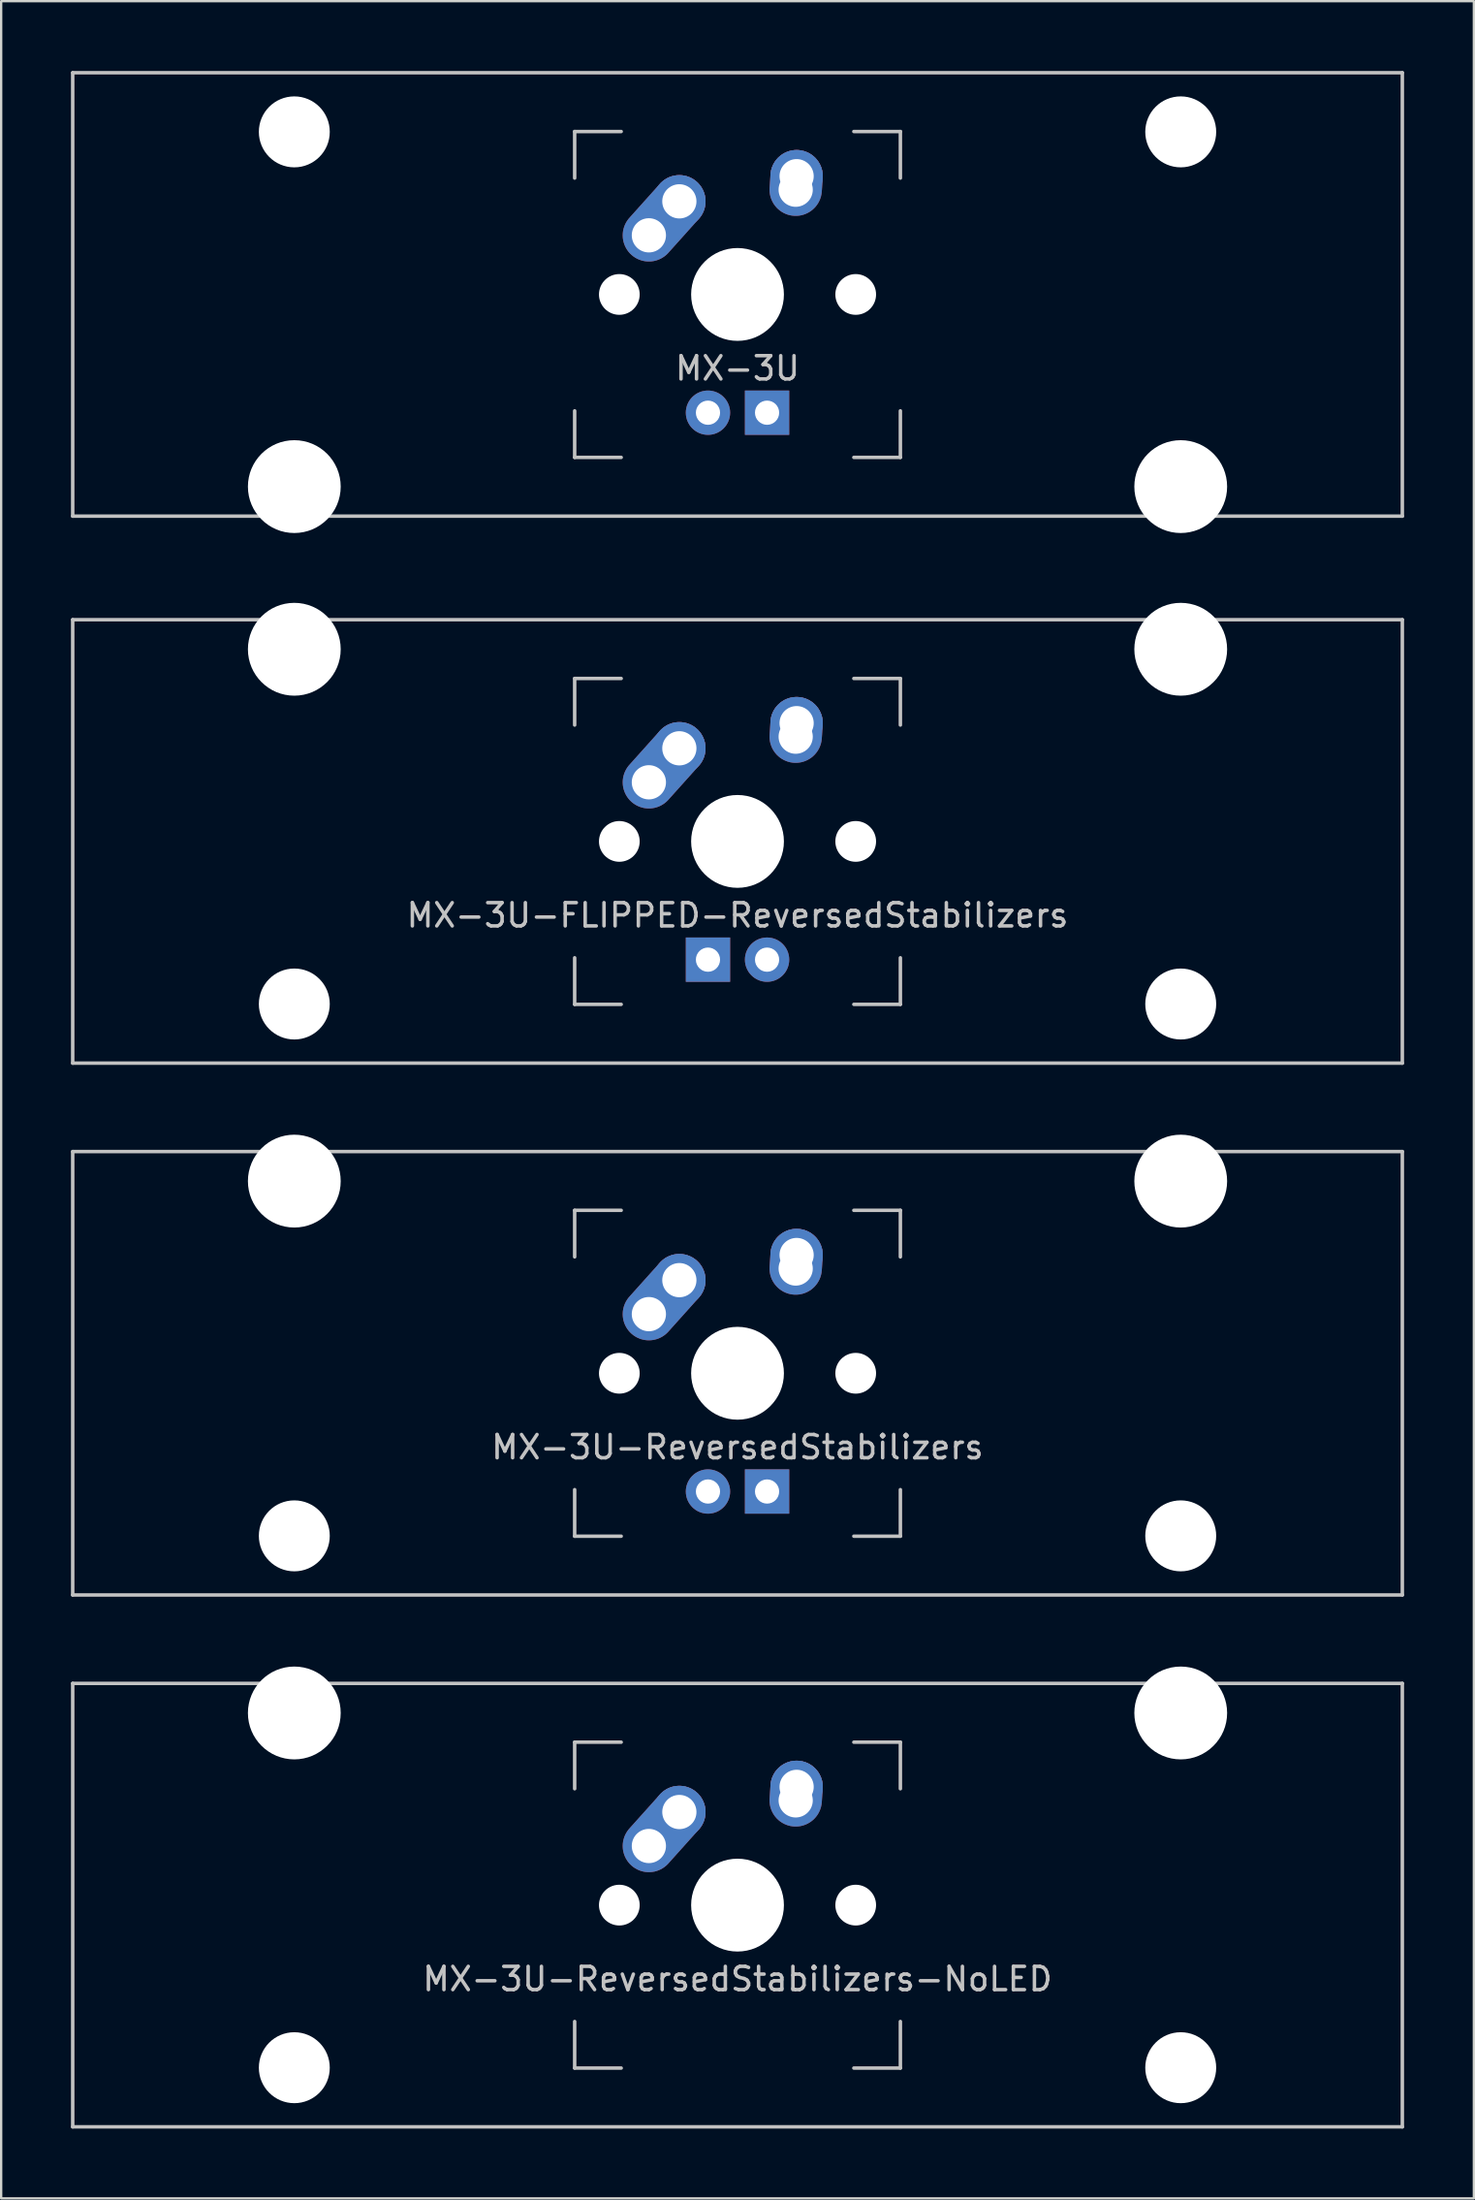
<source format=kicad_pcb>
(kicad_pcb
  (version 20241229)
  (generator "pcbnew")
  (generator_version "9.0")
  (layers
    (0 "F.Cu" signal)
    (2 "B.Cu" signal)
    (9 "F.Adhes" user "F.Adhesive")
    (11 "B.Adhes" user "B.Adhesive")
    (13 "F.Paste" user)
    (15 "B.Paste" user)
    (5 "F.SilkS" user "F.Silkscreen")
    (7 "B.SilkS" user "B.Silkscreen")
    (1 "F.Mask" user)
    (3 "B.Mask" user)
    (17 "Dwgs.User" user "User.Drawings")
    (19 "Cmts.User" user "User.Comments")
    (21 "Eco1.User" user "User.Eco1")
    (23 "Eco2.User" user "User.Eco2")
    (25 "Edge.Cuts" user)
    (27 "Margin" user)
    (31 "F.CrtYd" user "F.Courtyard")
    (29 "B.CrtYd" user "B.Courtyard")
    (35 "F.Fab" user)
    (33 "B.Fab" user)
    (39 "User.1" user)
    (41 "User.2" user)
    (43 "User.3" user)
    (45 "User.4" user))
  (footprint "MX-3U-ReversedStabilizers-NoLED"
    (layer "F.Cu")
    (at 28.65 78.796)
    (property "Reference" "MX-3U-ReversedStabilizers-NoLED" (at 0 3.175 0) (layer "Dwgs.User") (effects (font (size 1 1) (thickness 0.15))))
    (attr through_hole)
    (fp_line (start -28.575 -9.525) (end 28.575 -9.525) (stroke (width 0.15) (type solid)) (layer "Dwgs.User"))
    (fp_line (start -28.575 9.525) (end -28.575 -9.525) (stroke (width 0.15) (type solid)) (layer "Dwgs.User"))
    (fp_line (start -28.575 9.525) (end 28.575 9.525) (stroke (width 0.15) (type solid)) (layer "Dwgs.User"))
    (fp_line (start -7 -7) (end -7 -5) (stroke (width 0.15) (type solid)) (layer "Dwgs.User"))
    (fp_line (start -7 5) (end -7 7) (stroke (width 0.15) (type solid)) (layer "Dwgs.User"))
    (fp_line (start -7 7) (end -5 7) (stroke (width 0.15) (type solid)) (layer "Dwgs.User"))
    (fp_line (start -5 -7) (end -7 -7) (stroke (width 0.15) (type solid)) (layer "Dwgs.User"))
    (fp_line (start 5 -7) (end 7 -7) (stroke (width 0.15) (type solid)) (layer "Dwgs.User"))
    (fp_line (start 5 7) (end 7 7) (stroke (width 0.15) (type solid)) (layer "Dwgs.User"))
    (fp_line (start 7 -7) (end 7 -5) (stroke (width 0.15) (type solid)) (layer "Dwgs.User"))
    (fp_line (start 7 7) (end 7 5) (stroke (width 0.15) (type solid)) (layer "Dwgs.User"))
    (fp_line (start 28.575 -9.525) (end 28.575 9.525) (stroke (width 0.15) (type solid)) (layer "Dwgs.User"))
    (pad "" np_thru_hole circle (at -19.05 -8.255) (size 3.988 3.988) (drill 3.988) (layers "*.Cu" "*.Mask"))
    (pad "" np_thru_hole circle (at -19.05 6.985) (size 3.048 3.048) (drill 3.048) (layers "*.Cu" "*.Mask"))
    (pad "" np_thru_hole circle (at -5.08 0 48.1) (size 1.75 1.75) (drill 1.75) (layers "*.Cu" "*.Mask"))
    (pad "" np_thru_hole circle (at 0 0) (size 3.988 3.988) (drill 3.988) (layers "*.Cu" "*.Mask"))
    (pad "" np_thru_hole circle (at 5.08 0 48.1) (size 1.75 1.75) (drill 1.75) (layers "*.Cu" "*.Mask"))
    (pad "" np_thru_hole circle (at 19.05 -8.255) (size 3.988 3.988) (drill 3.988) (layers "*.Cu" "*.Mask"))
    (pad "" np_thru_hole circle (at 19.05 6.985) (size 3.048 3.048) (drill 3.048) (layers "*.Cu" "*.Mask"))
    (pad "1" thru_hole oval (at -3.81 -2.54 48.1) (size 4.212 2.25) (drill 1.47 (offset 0.981 0)) (layers "*.Cu" "*.Mask"))
    (pad "1" thru_hole circle (at -2.5 -4) (size 2.25 2.25) (drill 1.47) (layers "*.Cu" "*.Mask"))
    (pad "2" thru_hole oval (at 2.5 -4.5 86.055) (size 2.831 2.25) (drill 1.47 (offset 0.291 0)) (layers "*.Cu" "*.Mask"))
    (pad "2" thru_hole circle (at 2.54 -5.08) (size 2.25 2.25) (drill 1.47) (layers "*.Cu" "*.Mask")))
  (footprint "MX-3U"
    (layer "F.Cu")
    (at 28.65 9.6)
    (property "Reference" "MX-3U" (at 0 3.175 0) (layer "Dwgs.User") (effects (font (size 1 1) (thickness 0.15))))
    (attr through_hole)
    (fp_line (start -28.575 -9.525) (end 28.575 -9.525) (stroke (width 0.15) (type solid)) (layer "Dwgs.User"))
    (fp_line (start -28.575 9.525) (end -28.575 -9.525) (stroke (width 0.15) (type solid)) (layer "Dwgs.User"))
    (fp_line (start -28.575 9.525) (end 28.575 9.525) (stroke (width 0.15) (type solid)) (layer "Dwgs.User"))
    (fp_line (start -7 -7) (end -7 -5) (stroke (width 0.15) (type solid)) (layer "Dwgs.User"))
    (fp_line (start -7 5) (end -7 7) (stroke (width 0.15) (type solid)) (layer "Dwgs.User"))
    (fp_line (start -7 7) (end -5 7) (stroke (width 0.15) (type solid)) (layer "Dwgs.User"))
    (fp_line (start -5 -7) (end -7 -7) (stroke (width 0.15) (type solid)) (layer "Dwgs.User"))
    (fp_line (start 5 -7) (end 7 -7) (stroke (width 0.15) (type solid)) (layer "Dwgs.User"))
    (fp_line (start 5 7) (end 7 7) (stroke (width 0.15) (type solid)) (layer "Dwgs.User"))
    (fp_line (start 7 -7) (end 7 -5) (stroke (width 0.15) (type solid)) (layer "Dwgs.User"))
    (fp_line (start 7 7) (end 7 5) (stroke (width 0.15) (type solid)) (layer "Dwgs.User"))
    (fp_line (start 28.575 -9.525) (end 28.575 9.525) (stroke (width 0.15) (type solid)) (layer "Dwgs.User"))
    (pad "" np_thru_hole circle (at -19.05 -6.985) (size 3.048 3.048) (drill 3.048) (layers "*.Cu" "*.Mask"))
    (pad "" np_thru_hole circle (at -19.05 8.255) (size 3.988 3.988) (drill 3.988) (layers "*.Cu" "*.Mask"))
    (pad "" np_thru_hole circle (at -5.08 0 48.1) (size 1.75 1.75) (drill 1.75) (layers "*.Cu" "*.Mask"))
    (pad "" np_thru_hole circle (at 0 0) (size 3.988 3.988) (drill 3.988) (layers "*.Cu" "*.Mask"))
    (pad "" np_thru_hole circle (at 5.08 0 48.1) (size 1.75 1.75) (drill 1.75) (layers "*.Cu" "*.Mask"))
    (pad "" np_thru_hole circle (at 19.05 -6.985) (size 3.048 3.048) (drill 3.048) (layers "*.Cu" "*.Mask"))
    (pad "" np_thru_hole circle (at 19.05 8.255) (size 3.988 3.988) (drill 3.988) (layers "*.Cu" "*.Mask"))
    (pad "1" thru_hole oval (at -3.81 -2.54 48.1) (size 4.212 2.25) (drill 1.47 (offset 0.981 0)) (layers "*.Cu" "*.Mask"))
    (pad "1" thru_hole circle (at -2.5 -4) (size 2.25 2.25) (drill 1.47) (layers "*.Cu" "*.Mask"))
    (pad "2" thru_hole oval (at 2.5 -4.5 86.055) (size 2.831 2.25) (drill 1.47 (offset 0.291 0)) (layers "*.Cu" "*.Mask"))
    (pad "2" thru_hole circle (at 2.54 -5.08) (size 2.25 2.25) (drill 1.47) (layers "*.Cu" "*.Mask"))
    (pad "3" thru_hole circle (at -1.27 5.08) (size 1.905 1.905) (drill 1.04) (layers "*.Cu" "*.Mask"))
    (pad "4" thru_hole rect (at 1.27 5.08) (size 1.905 1.905) (drill 1.04) (layers "*.Cu" "*.Mask")))
  (footprint "MX-3U-FLIPPED-ReversedStabilizers"
    (layer "F.Cu")
    (at 28.65 33.098)
    (property "Reference" "MX-3U-FLIPPED-ReversedStabilizers" (at 0 3.175 0) (layer "Dwgs.User") (effects (font (size 1 1) (thickness 0.15))))
    (attr through_hole)
    (fp_line (start -28.575 -9.525) (end 28.575 -9.525) (stroke (width 0.15) (type solid)) (layer "Dwgs.User"))
    (fp_line (start -28.575 9.525) (end -28.575 -9.525) (stroke (width 0.15) (type solid)) (layer "Dwgs.User"))
    (fp_line (start -28.575 9.525) (end 28.575 9.525) (stroke (width 0.15) (type solid)) (layer "Dwgs.User"))
    (fp_line (start -7 -7) (end -7 -5) (stroke (width 0.15) (type solid)) (layer "Dwgs.User"))
    (fp_line (start -7 5) (end -7 7) (stroke (width 0.15) (type solid)) (layer "Dwgs.User"))
    (fp_line (start -7 7) (end -5 7) (stroke (width 0.15) (type solid)) (layer "Dwgs.User"))
    (fp_line (start -5 -7) (end -7 -7) (stroke (width 0.15) (type solid)) (layer "Dwgs.User"))
    (fp_line (start 5 -7) (end 7 -7) (stroke (width 0.15) (type solid)) (layer "Dwgs.User"))
    (fp_line (start 5 7) (end 7 7) (stroke (width 0.15) (type solid)) (layer "Dwgs.User"))
    (fp_line (start 7 -7) (end 7 -5) (stroke (width 0.15) (type solid)) (layer "Dwgs.User"))
    (fp_line (start 7 7) (end 7 5) (stroke (width 0.15) (type solid)) (layer "Dwgs.User"))
    (fp_line (start 28.575 -9.525) (end 28.575 9.525) (stroke (width 0.15) (type solid)) (layer "Dwgs.User"))
    (pad "" np_thru_hole circle (at -19.05 -8.255) (size 3.988 3.988) (drill 3.988) (layers "*.Cu" "*.Mask"))
    (pad "" np_thru_hole circle (at -19.05 6.985) (size 3.048 3.048) (drill 3.048) (layers "*.Cu" "*.Mask"))
    (pad "" np_thru_hole circle (at -5.08 0 48.1) (size 1.75 1.75) (drill 1.75) (layers "*.Cu" "*.Mask"))
    (pad "" np_thru_hole circle (at 0 0) (size 3.988 3.988) (drill 3.988) (layers "*.Cu" "*.Mask"))
    (pad "" np_thru_hole circle (at 5.08 0 48.1) (size 1.75 1.75) (drill 1.75) (layers "*.Cu" "*.Mask"))
    (pad "" np_thru_hole circle (at 19.05 -8.255) (size 3.988 3.988) (drill 3.988) (layers "*.Cu" "*.Mask"))
    (pad "" np_thru_hole circle (at 19.05 6.985) (size 3.048 3.048) (drill 3.048) (layers "*.Cu" "*.Mask"))
    (pad "1" thru_hole oval (at -3.81 -2.54 48.1) (size 4.212 2.25) (drill 1.47 (offset 0.981 0)) (layers "*.Cu" "*.Mask"))
    (pad "1" thru_hole circle (at -2.5 -4) (size 2.25 2.25) (drill 1.47) (layers "*.Cu" "*.Mask"))
    (pad "2" thru_hole oval (at 2.5 -4.5 86.055) (size 2.831 2.25) (drill 1.47 (offset 0.291 0)) (layers "*.Cu" "*.Mask"))
    (pad "2" thru_hole circle (at 2.54 -5.08) (size 2.25 2.25) (drill 1.47) (layers "*.Cu" "*.Mask"))
    (pad "3" thru_hole circle (at 1.27 5.08) (size 1.905 1.905) (drill 1.04) (layers "*.Cu" "*.Mask"))
    (pad "4" thru_hole rect (at -1.27 5.08) (size 1.905 1.905) (drill 1.04) (layers "*.Cu" "*.Mask")))
  (footprint "MX-3U-ReversedStabilizers"
    (layer "F.Cu")
    (at 28.65 55.947)
    (property "Reference" "MX-3U-ReversedStabilizers" (at 0 3.175 0) (layer "Dwgs.User") (effects (font (size 1 1) (thickness 0.15))))
    (attr through_hole)
    (fp_line (start -28.575 -9.525) (end 28.575 -9.525) (stroke (width 0.15) (type solid)) (layer "Dwgs.User"))
    (fp_line (start -28.575 9.525) (end -28.575 -9.525) (stroke (width 0.15) (type solid)) (layer "Dwgs.User"))
    (fp_line (start -28.575 9.525) (end 28.575 9.525) (stroke (width 0.15) (type solid)) (layer "Dwgs.User"))
    (fp_line (start -7 -7) (end -7 -5) (stroke (width 0.15) (type solid)) (layer "Dwgs.User"))
    (fp_line (start -7 5) (end -7 7) (stroke (width 0.15) (type solid)) (layer "Dwgs.User"))
    (fp_line (start -7 7) (end -5 7) (stroke (width 0.15) (type solid)) (layer "Dwgs.User"))
    (fp_line (start -5 -7) (end -7 -7) (stroke (width 0.15) (type solid)) (layer "Dwgs.User"))
    (fp_line (start 5 -7) (end 7 -7) (stroke (width 0.15) (type solid)) (layer "Dwgs.User"))
    (fp_line (start 5 7) (end 7 7) (stroke (width 0.15) (type solid)) (layer "Dwgs.User"))
    (fp_line (start 7 -7) (end 7 -5) (stroke (width 0.15) (type solid)) (layer "Dwgs.User"))
    (fp_line (start 7 7) (end 7 5) (stroke (width 0.15) (type solid)) (layer "Dwgs.User"))
    (fp_line (start 28.575 -9.525) (end 28.575 9.525) (stroke (width 0.15) (type solid)) (layer "Dwgs.User"))
    (pad "" np_thru_hole circle (at -19.05 -8.255) (size 3.988 3.988) (drill 3.988) (layers "*.Cu" "*.Mask"))
    (pad "" np_thru_hole circle (at -19.05 6.985) (size 3.048 3.048) (drill 3.048) (layers "*.Cu" "*.Mask"))
    (pad "" np_thru_hole circle (at -5.08 0 48.1) (size 1.75 1.75) (drill 1.75) (layers "*.Cu" "*.Mask"))
    (pad "" np_thru_hole circle (at 0 0) (size 3.988 3.988) (drill 3.988) (layers "*.Cu" "*.Mask"))
    (pad "" np_thru_hole circle (at 5.08 0 48.1) (size 1.75 1.75) (drill 1.75) (layers "*.Cu" "*.Mask"))
    (pad "" np_thru_hole circle (at 19.05 -8.255) (size 3.988 3.988) (drill 3.988) (layers "*.Cu" "*.Mask"))
    (pad "" np_thru_hole circle (at 19.05 6.985) (size 3.048 3.048) (drill 3.048) (layers "*.Cu" "*.Mask"))
    (pad "1" thru_hole oval (at -3.81 -2.54 48.1) (size 4.212 2.25) (drill 1.47 (offset 0.981 0)) (layers "*.Cu" "*.Mask"))
    (pad "1" thru_hole circle (at -2.5 -4) (size 2.25 2.25) (drill 1.47) (layers "*.Cu" "*.Mask"))
    (pad "2" thru_hole oval (at 2.5 -4.5 86.055) (size 2.831 2.25) (drill 1.47 (offset 0.291 0)) (layers "*.Cu" "*.Mask"))
    (pad "2" thru_hole circle (at 2.54 -5.08) (size 2.25 2.25) (drill 1.47) (layers "*.Cu" "*.Mask"))
    (pad "3" thru_hole circle (at -1.27 5.08) (size 1.905 1.905) (drill 1.04) (layers "*.Cu" "*.Mask"))
    (pad "4" thru_hole rect (at 1.27 5.08) (size 1.905 1.905) (drill 1.04) (layers "*.Cu" "*.Mask")))
  (gr_rect
    (start -3 -3)
    (end 60.3 91.396)
    (stroke (width 0.1) (type default))
    (fill no)
    (layer "Edge.Cuts")))
</source>
